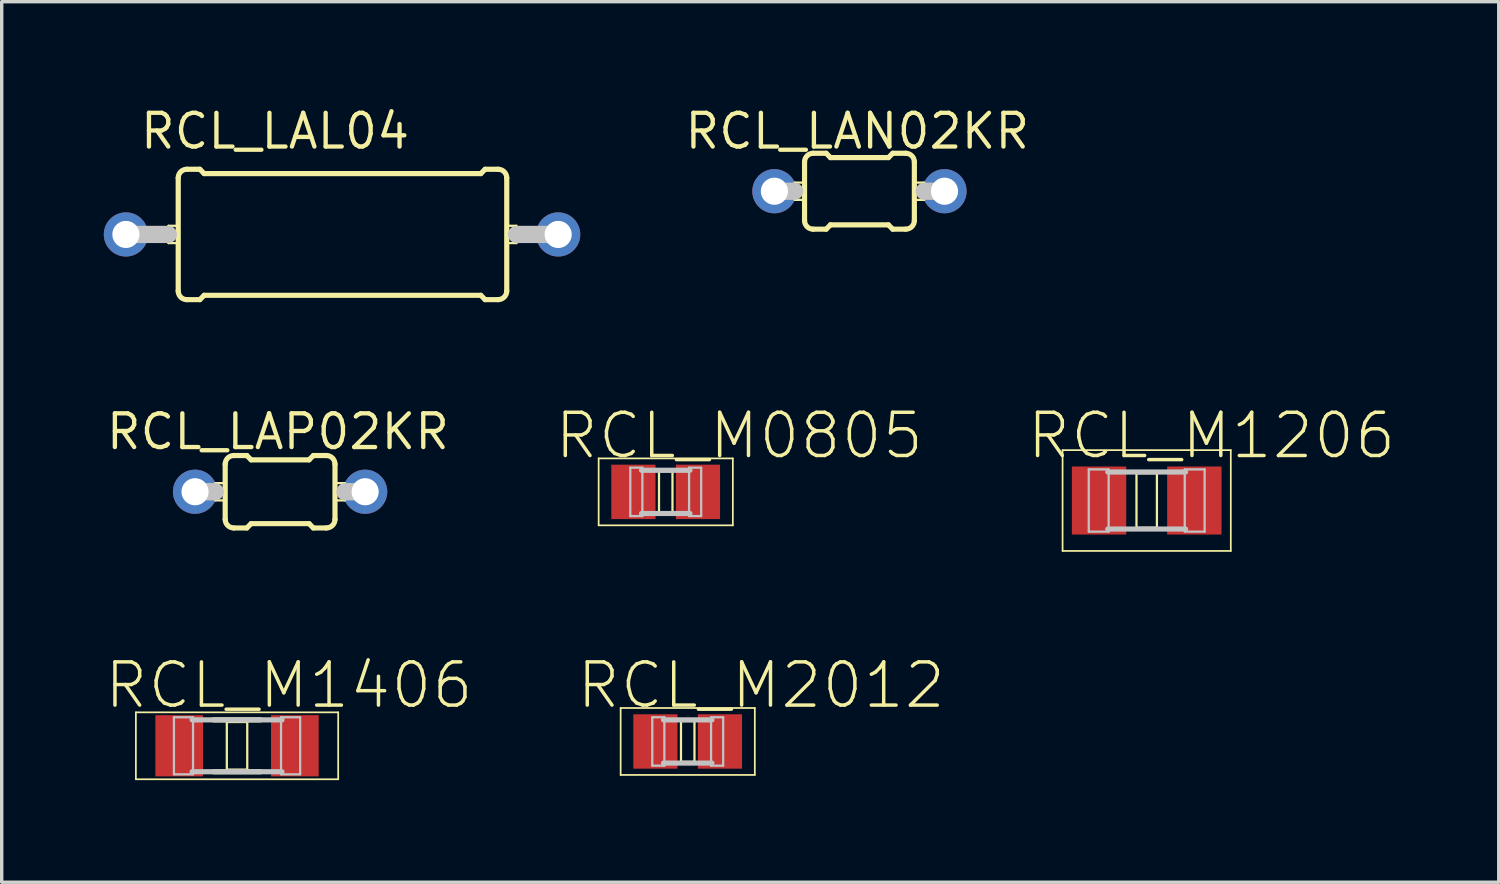
<source format=kicad_pcb>
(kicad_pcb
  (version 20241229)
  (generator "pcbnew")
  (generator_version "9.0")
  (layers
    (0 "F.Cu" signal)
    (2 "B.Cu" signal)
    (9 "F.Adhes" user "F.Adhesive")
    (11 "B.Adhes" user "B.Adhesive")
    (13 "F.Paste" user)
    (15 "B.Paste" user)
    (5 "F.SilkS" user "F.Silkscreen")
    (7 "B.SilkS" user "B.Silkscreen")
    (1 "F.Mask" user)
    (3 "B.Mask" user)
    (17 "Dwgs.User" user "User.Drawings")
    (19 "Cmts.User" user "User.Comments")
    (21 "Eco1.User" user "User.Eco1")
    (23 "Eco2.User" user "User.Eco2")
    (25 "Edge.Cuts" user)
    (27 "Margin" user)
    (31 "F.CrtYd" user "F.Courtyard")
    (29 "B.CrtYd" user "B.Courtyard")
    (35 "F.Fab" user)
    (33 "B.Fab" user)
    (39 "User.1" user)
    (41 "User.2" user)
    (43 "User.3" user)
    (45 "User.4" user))
  (footprint "RCL_M1406"
    (layer "F.Cu")
    (at 3.914 18.861)
    (property "Reference" "RCL_M1406" (at 1.524 -1.778 0) (layer "F.SilkS") (effects (font (size 1.27 1.27) (thickness 0.102))))
    (attr smd)
    (fp_line (start -2.972 -0.983) (end 2.972 -0.983) (stroke (width 0.051) (type solid)) (layer "F.SilkS"))
    (fp_line (start -2.972 0.983) (end -2.972 -0.983) (stroke (width 0.051) (type solid)) (layer "F.SilkS"))
    (fp_line (start -0.3 -0.699) (end 0.3 -0.699) (stroke (width 0.066) (type solid)) (layer "F.SilkS"))
    (fp_line (start -0.3 0.699) (end -0.3 -0.699) (stroke (width 0.066) (type solid)) (layer "F.SilkS"))
    (fp_line (start -0.3 0.699) (end 0.3 0.699) (stroke (width 0.066) (type solid)) (layer "F.SilkS"))
    (fp_line (start 0.3 0.699) (end 0.3 -0.699) (stroke (width 0.066) (type solid)) (layer "F.SilkS"))
    (fp_line (start 0.686 -0.762) (end -0.686 -0.762) (stroke (width 0.152) (type solid)) (layer "F.SilkS"))
    (fp_line (start 0.686 0.762) (end -0.686 0.762) (stroke (width 0.152) (type solid)) (layer "F.SilkS"))
    (fp_line (start 2.972 -0.983) (end 2.972 0.983) (stroke (width 0.051) (type solid)) (layer "F.SilkS"))
    (fp_line (start 2.972 0.983) (end -2.972 0.983) (stroke (width 0.051) (type solid)) (layer "F.SilkS"))
    (fp_line (start -1.854 -0.838) (end -1.293 -0.838) (stroke (width 0.066) (type solid)) (layer "Dwgs.User"))
    (fp_line (start -1.854 0.838) (end -1.854 -0.838) (stroke (width 0.066) (type solid)) (layer "Dwgs.User"))
    (fp_line (start -1.854 0.838) (end -1.293 0.838) (stroke (width 0.066) (type solid)) (layer "Dwgs.User"))
    (fp_line (start -1.293 0.838) (end -1.293 -0.838) (stroke (width 0.066) (type solid)) (layer "Dwgs.User"))
    (fp_line (start 1.293 -0.838) (end 1.854 -0.838) (stroke (width 0.066) (type solid)) (layer "Dwgs.User"))
    (fp_line (start 1.293 0.838) (end 1.293 -0.838) (stroke (width 0.066) (type solid)) (layer "Dwgs.User"))
    (fp_line (start 1.293 0.838) (end 1.854 0.838) (stroke (width 0.066) (type solid)) (layer "Dwgs.User"))
    (fp_line (start 1.321 -0.762) (end -1.321 -0.762) (stroke (width 0.152) (type solid)) (layer "Dwgs.User"))
    (fp_line (start 1.321 0.762) (end -1.321 0.762) (stroke (width 0.152) (type solid)) (layer "Dwgs.User"))
    (fp_line (start 1.854 0.838) (end 1.854 -0.838) (stroke (width 0.066) (type solid)) (layer "Dwgs.User"))
    (pad "1" smd rect (at -1.699 0) (size 1.4 1.798) (layers "F.Cu" "F.Mask" "F.Paste"))
    (pad "2" smd rect (at 1.699 0) (size 1.4 1.798) (layers "F.Cu" "F.Mask" "F.Paste")))
  (footprint "RCL_LAP02KR"
    (layer "F.Cu")
    (at 5.179 11.397)
    (property "Reference" "RCL_LAP02KR" (at -0.064 -1.765 0) (layer "F.SilkS") (effects (font (size 0.991 0.991) (thickness 0.127))))
    (attr exclude_from_pos_files exclude_from_bom)
    (fp_line (start -1.9 -0.254) (end -1.613 -0.254) (stroke (width 0.066) (type solid)) (layer "F.SilkS"))
    (fp_line (start -1.9 0.254) (end -1.9 -0.254) (stroke (width 0.066) (type solid)) (layer "F.SilkS"))
    (fp_line (start -1.9 0.254) (end -1.613 0.254) (stroke (width 0.066) (type solid)) (layer "F.SilkS"))
    (fp_line (start -1.613 0.254) (end -1.613 -0.254) (stroke (width 0.066) (type solid)) (layer "F.SilkS"))
    (fp_line (start -1.613 0.81) (end -1.613 -0.81) (stroke (width 0.152) (type solid)) (layer "F.SilkS"))
    (fp_line (start -1.359 -1.064) (end -0.978 -1.064) (stroke (width 0.152) (type solid)) (layer "F.SilkS"))
    (fp_line (start -1.359 1.064) (end -0.978 1.064) (stroke (width 0.152) (type solid)) (layer "F.SilkS"))
    (fp_line (start -0.851 -0.937) (end -0.978 -1.064) (stroke (width 0.152) (type solid)) (layer "F.SilkS"))
    (fp_line (start -0.851 0.937) (end -0.978 1.064) (stroke (width 0.152) (type solid)) (layer "F.SilkS"))
    (fp_line (start 0.851 -0.937) (end -0.851 -0.937) (stroke (width 0.152) (type solid)) (layer "F.SilkS"))
    (fp_line (start 0.851 -0.937) (end 0.978 -1.064) (stroke (width 0.152) (type solid)) (layer "F.SilkS"))
    (fp_line (start 0.851 0.937) (end -0.851 0.937) (stroke (width 0.152) (type solid)) (layer "F.SilkS"))
    (fp_line (start 0.851 0.937) (end 0.978 1.064) (stroke (width 0.152) (type solid)) (layer "F.SilkS"))
    (fp_line (start 1.359 -1.064) (end 0.978 -1.064) (stroke (width 0.152) (type solid)) (layer "F.SilkS"))
    (fp_line (start 1.359 1.064) (end 0.978 1.064) (stroke (width 0.152) (type solid)) (layer "F.SilkS"))
    (fp_line (start 1.613 -0.254) (end 1.9 -0.254) (stroke (width 0.066) (type solid)) (layer "F.SilkS"))
    (fp_line (start 1.613 0.254) (end 1.613 -0.254) (stroke (width 0.066) (type solid)) (layer "F.SilkS"))
    (fp_line (start 1.613 0.254) (end 1.9 0.254) (stroke (width 0.066) (type solid)) (layer "F.SilkS"))
    (fp_line (start 1.613 0.81) (end 1.613 -0.81) (stroke (width 0.152) (type solid)) (layer "F.SilkS"))
    (fp_line (start 1.9 0.254) (end 1.9 -0.254) (stroke (width 0.066) (type solid)) (layer "F.SilkS"))
    (fp_arc (start -1.6129 -0.81026) (mid -1.538505 -0.989865) (end -1.3589 -1.06426) (stroke (width 0.1524) (type solid)) (layer "F.SilkS"))
    (fp_arc (start -1.3589 1.06426) (mid -1.538505 0.989865) (end -1.6129 0.81026) (stroke (width 0.1524) (type solid)) (layer "F.SilkS"))
    (fp_arc (start 1.3589 -1.06426) (mid 1.538505 -0.989865) (end 1.6129 -0.81026) (stroke (width 0.1524) (type solid)) (layer "F.SilkS"))
    (fp_arc (start 1.6129 0.81026) (mid 1.538505 0.989865) (end 1.3589 1.06426) (stroke (width 0.1524) (type solid)) (layer "F.SilkS"))
    (fp_line (start -2.499 0) (end -1.905 0) (stroke (width 0.508) (type solid)) (layer "Dwgs.User"))
    (fp_line (start 2.499 0) (end 1.905 0) (stroke (width 0.508) (type solid)) (layer "Dwgs.User"))
    (pad "1" thru_hole circle (at -2.499 0) (size 1.298 1.298) (drill 0.798) (layers "*.Cu" "*.Paste" "*.Mask"))
    (pad "2" thru_hole circle (at 2.499 0) (size 1.298 1.298) (drill 0.798) (layers "*.Cu" "*.Paste" "*.Mask")))
  (footprint "RCL_LAN02KR"
    (layer "F.Cu")
    (at 22.2 2.568)
    (property "Reference" "RCL_LAN02KR" (at -0.064 -1.765 0) (layer "F.SilkS") (effects (font (size 0.991 0.991) (thickness 0.127))))
    (attr exclude_from_pos_files exclude_from_bom)
    (fp_line (start -1.9 -0.254) (end -1.613 -0.254) (stroke (width 0.066) (type solid)) (layer "F.SilkS"))
    (fp_line (start -1.9 0.254) (end -1.9 -0.254) (stroke (width 0.066) (type solid)) (layer "F.SilkS"))
    (fp_line (start -1.9 0.254) (end -1.613 0.254) (stroke (width 0.066) (type solid)) (layer "F.SilkS"))
    (fp_line (start -1.613 0.254) (end -1.613 -0.254) (stroke (width 0.066) (type solid)) (layer "F.SilkS"))
    (fp_line (start -1.613 0.861) (end -1.613 -0.861) (stroke (width 0.152) (type solid)) (layer "F.SilkS"))
    (fp_line (start -1.359 -1.115) (end -0.978 -1.115) (stroke (width 0.152) (type solid)) (layer "F.SilkS"))
    (fp_line (start -1.359 1.115) (end -0.978 1.115) (stroke (width 0.152) (type solid)) (layer "F.SilkS"))
    (fp_line (start -0.851 -0.988) (end -0.978 -1.115) (stroke (width 0.152) (type solid)) (layer "F.SilkS"))
    (fp_line (start -0.851 0.988) (end -0.978 1.115) (stroke (width 0.152) (type solid)) (layer "F.SilkS"))
    (fp_line (start 0.851 -0.988) (end -0.851 -0.988) (stroke (width 0.152) (type solid)) (layer "F.SilkS"))
    (fp_line (start 0.851 -0.988) (end 0.978 -1.115) (stroke (width 0.152) (type solid)) (layer "F.SilkS"))
    (fp_line (start 0.851 0.988) (end -0.851 0.988) (stroke (width 0.152) (type solid)) (layer "F.SilkS"))
    (fp_line (start 0.851 0.988) (end 0.978 1.115) (stroke (width 0.152) (type solid)) (layer "F.SilkS"))
    (fp_line (start 1.359 -1.115) (end 0.978 -1.115) (stroke (width 0.152) (type solid)) (layer "F.SilkS"))
    (fp_line (start 1.359 1.115) (end 0.978 1.115) (stroke (width 0.152) (type solid)) (layer "F.SilkS"))
    (fp_line (start 1.613 -0.254) (end 1.9 -0.254) (stroke (width 0.066) (type solid)) (layer "F.SilkS"))
    (fp_line (start 1.613 0.254) (end 1.613 -0.254) (stroke (width 0.066) (type solid)) (layer "F.SilkS"))
    (fp_line (start 1.613 0.254) (end 1.9 0.254) (stroke (width 0.066) (type solid)) (layer "F.SilkS"))
    (fp_line (start 1.613 0.861) (end 1.613 -0.861) (stroke (width 0.152) (type solid)) (layer "F.SilkS"))
    (fp_line (start 1.9 0.254) (end 1.9 -0.254) (stroke (width 0.066) (type solid)) (layer "F.SilkS"))
    (fp_arc (start -1.6129 -0.86106) (mid -1.538505 -1.040665) (end -1.3589 -1.11506) (stroke (width 0.1524) (type solid)) (layer "F.SilkS"))
    (fp_arc (start -1.3589 1.11506) (mid -1.538505 1.040665) (end -1.6129 0.86106) (stroke (width 0.1524) (type solid)) (layer "F.SilkS"))
    (fp_arc (start 1.3589 -1.11506) (mid 1.538505 -1.040665) (end 1.6129 -0.86106) (stroke (width 0.1524) (type solid)) (layer "F.SilkS"))
    (fp_arc (start 1.6129 0.86106) (mid 1.538505 1.040665) (end 1.3589 1.11506) (stroke (width 0.1524) (type solid)) (layer "F.SilkS"))
    (fp_line (start -2.499 0) (end -1.905 0) (stroke (width 0.508) (type solid)) (layer "Dwgs.User"))
    (fp_line (start 2.499 0) (end 1.905 0) (stroke (width 0.508) (type solid)) (layer "Dwgs.User"))
    (pad "1" thru_hole circle (at -2.499 0) (size 1.298 1.298) (drill 0.798) (layers "*.Cu" "*.Paste" "*.Mask"))
    (pad "2" thru_hole circle (at 2.499 0) (size 1.298 1.298) (drill 0.798) (layers "*.Cu" "*.Paste" "*.Mask")))
  (footprint "RCL_LAL04"
    (layer "F.Cu")
    (at 6.999 3.838)
    (property "Reference" "RCL_LAL04" (at -1.968 -3.035 0) (layer "F.SilkS") (effects (font (size 0.991 0.991) (thickness 0.127))))
    (attr exclude_from_pos_files exclude_from_bom)
    (fp_line (start -5.098 -0.254) (end -4.813 -0.254) (stroke (width 0.066) (type solid)) (layer "F.SilkS"))
    (fp_line (start -5.098 0.254) (end -5.098 -0.254) (stroke (width 0.066) (type solid)) (layer "F.SilkS"))
    (fp_line (start -5.098 0.254) (end -4.813 0.254) (stroke (width 0.066) (type solid)) (layer "F.SilkS"))
    (fp_line (start -4.813 0.254) (end -4.813 -0.254) (stroke (width 0.066) (type solid)) (layer "F.SilkS"))
    (fp_line (start -4.813 1.661) (end -4.813 -1.661) (stroke (width 0.152) (type solid)) (layer "F.SilkS"))
    (fp_line (start -4.559 -1.915) (end -4.178 -1.915) (stroke (width 0.152) (type solid)) (layer "F.SilkS"))
    (fp_line (start -4.559 1.915) (end -4.178 1.915) (stroke (width 0.152) (type solid)) (layer "F.SilkS"))
    (fp_line (start -4.051 -1.788) (end -4.178 -1.915) (stroke (width 0.152) (type solid)) (layer "F.SilkS"))
    (fp_line (start -4.051 1.788) (end -4.178 1.915) (stroke (width 0.152) (type solid)) (layer "F.SilkS"))
    (fp_line (start 4.077 -1.788) (end -4.051 -1.788) (stroke (width 0.152) (type solid)) (layer "F.SilkS"))
    (fp_line (start 4.077 -1.788) (end 4.204 -1.915) (stroke (width 0.152) (type solid)) (layer "F.SilkS"))
    (fp_line (start 4.077 1.788) (end -4.051 1.788) (stroke (width 0.152) (type solid)) (layer "F.SilkS"))
    (fp_line (start 4.077 1.788) (end 4.204 1.915) (stroke (width 0.152) (type solid)) (layer "F.SilkS"))
    (fp_line (start 4.585 -1.915) (end 4.204 -1.915) (stroke (width 0.152) (type solid)) (layer "F.SilkS"))
    (fp_line (start 4.585 1.915) (end 4.204 1.915) (stroke (width 0.152) (type solid)) (layer "F.SilkS"))
    (fp_line (start 4.839 -0.254) (end 5.123 -0.254) (stroke (width 0.066) (type solid)) (layer "F.SilkS"))
    (fp_line (start 4.839 0.254) (end 4.839 -0.254) (stroke (width 0.066) (type solid)) (layer "F.SilkS"))
    (fp_line (start 4.839 0.254) (end 5.123 0.254) (stroke (width 0.066) (type solid)) (layer "F.SilkS"))
    (fp_line (start 4.839 1.661) (end 4.839 -1.661) (stroke (width 0.152) (type solid)) (layer "F.SilkS"))
    (fp_line (start 5.123 0.254) (end 5.123 -0.254) (stroke (width 0.066) (type solid)) (layer "F.SilkS"))
    (fp_arc (start -4.8133 -1.66116) (mid -4.738905 -1.840765) (end -4.5593 -1.91516) (stroke (width 0.1524) (type solid)) (layer "F.SilkS"))
    (fp_arc (start -4.5593 1.91516) (mid -4.738905 1.840765) (end -4.8133 1.66116) (stroke (width 0.1524) (type solid)) (layer "F.SilkS"))
    (fp_arc (start 4.5847 -1.91516) (mid 4.764305 -1.840765) (end 4.8387 -1.66116) (stroke (width 0.1524) (type solid)) (layer "F.SilkS"))
    (fp_arc (start 4.8387 1.66116) (mid 4.764305 1.840765) (end 4.5847 1.91516) (stroke (width 0.1524) (type solid)) (layer "F.SilkS"))
    (fp_line (start -6.35 0) (end -5.103 0) (stroke (width 0.508) (type solid)) (layer "Dwgs.User"))
    (fp_line (start 6.35 0) (end 5.128 0) (stroke (width 0.508) (type solid)) (layer "Dwgs.User"))
    (pad "1" thru_hole circle (at -6.35 0) (size 1.298 1.298) (drill 0.798) (layers "*.Cu" "*.Paste" "*.Mask"))
    (pad "2" thru_hole circle (at 6.35 0) (size 1.298 1.298) (drill 0.798) (layers "*.Cu" "*.Paste" "*.Mask")))
  (footprint "RCL_M1206"
    (layer "F.Cu")
    (at 30.639 11.655)
    (property "Reference" "RCL_M1206" (at 1.905 -1.905 0) (layer "F.SilkS") (effects (font (size 1.27 1.27) (thickness 0.102))))
    (attr smd)
    (fp_line (start -2.471 -1.481) (end 2.471 -1.481) (stroke (width 0.051) (type solid)) (layer "F.SilkS"))
    (fp_line (start -2.471 1.481) (end -2.471 -1.481) (stroke (width 0.051) (type solid)) (layer "F.SilkS"))
    (fp_line (start -0.3 -0.8) (end 0.3 -0.8) (stroke (width 0.066) (type solid)) (layer "F.SilkS"))
    (fp_line (start -0.3 0.8) (end -0.3 -0.8) (stroke (width 0.066) (type solid)) (layer "F.SilkS"))
    (fp_line (start -0.3 0.8) (end 0.3 0.8) (stroke (width 0.066) (type solid)) (layer "F.SilkS"))
    (fp_line (start 0.3 0.8) (end 0.3 -0.8) (stroke (width 0.066) (type solid)) (layer "F.SilkS"))
    (fp_line (start 2.471 -1.481) (end 2.471 1.481) (stroke (width 0.051) (type solid)) (layer "F.SilkS"))
    (fp_line (start 2.471 1.481) (end -2.471 1.481) (stroke (width 0.051) (type solid)) (layer "F.SilkS"))
    (fp_line (start -1.702 -0.914) (end -1.118 -0.914) (stroke (width 0.066) (type solid)) (layer "Dwgs.User"))
    (fp_line (start -1.702 0.914) (end -1.702 -0.914) (stroke (width 0.066) (type solid)) (layer "Dwgs.User"))
    (fp_line (start -1.702 0.914) (end -1.118 0.914) (stroke (width 0.066) (type solid)) (layer "Dwgs.User"))
    (fp_line (start -1.118 0.914) (end -1.118 -0.914) (stroke (width 0.066) (type solid)) (layer "Dwgs.User"))
    (fp_line (start 1.118 -0.914) (end 1.702 -0.914) (stroke (width 0.066) (type solid)) (layer "Dwgs.User"))
    (fp_line (start 1.118 0.914) (end 1.118 -0.914) (stroke (width 0.066) (type solid)) (layer "Dwgs.User"))
    (fp_line (start 1.118 0.914) (end 1.702 0.914) (stroke (width 0.066) (type solid)) (layer "Dwgs.User"))
    (fp_line (start 1.143 -0.838) (end -1.143 -0.838) (stroke (width 0.152) (type solid)) (layer "Dwgs.User"))
    (fp_line (start 1.143 0.838) (end -1.143 0.838) (stroke (width 0.152) (type solid)) (layer "Dwgs.User"))
    (fp_line (start 1.702 0.914) (end 1.702 -0.914) (stroke (width 0.066) (type solid)) (layer "Dwgs.User"))
    (pad "1" smd rect (at -1.4 0) (size 1.598 1.999) (layers "F.Cu" "F.Mask" "F.Paste"))
    (pad "2" smd rect (at 1.4 0) (size 1.598 1.999) (layers "F.Cu" "F.Mask" "F.Paste")))
  (footprint "RCL_M0805"
    (layer "F.Cu")
    (at 16.509 11.401)
    (property "Reference" "RCL_M0805" (at 2.159 -1.651 0) (layer "F.SilkS") (effects (font (size 1.27 1.27) (thickness 0.102))))
    (attr smd)
    (fp_line (start -1.971 -0.983) (end 1.971 -0.983) (stroke (width 0.051) (type solid)) (layer "F.SilkS"))
    (fp_line (start -1.971 0.983) (end -1.971 -0.983) (stroke (width 0.051) (type solid)) (layer "F.SilkS"))
    (fp_line (start -0.198 -0.599) (end 0.198 -0.599) (stroke (width 0.066) (type solid)) (layer "F.SilkS"))
    (fp_line (start -0.198 0.599) (end -0.198 -0.599) (stroke (width 0.066) (type solid)) (layer "F.SilkS"))
    (fp_line (start -0.198 0.599) (end 0.198 0.599) (stroke (width 0.066) (type solid)) (layer "F.SilkS"))
    (fp_line (start 0.198 0.599) (end 0.198 -0.599) (stroke (width 0.066) (type solid)) (layer "F.SilkS"))
    (fp_line (start 1.971 -0.983) (end 1.971 0.983) (stroke (width 0.051) (type solid)) (layer "F.SilkS"))
    (fp_line (start 1.971 0.983) (end -1.971 0.983) (stroke (width 0.051) (type solid)) (layer "F.SilkS"))
    (fp_line (start -1.041 -0.711) (end -0.686 -0.711) (stroke (width 0.066) (type solid)) (layer "Dwgs.User"))
    (fp_line (start -1.041 0.711) (end -1.041 -0.711) (stroke (width 0.066) (type solid)) (layer "Dwgs.User"))
    (fp_line (start -1.041 0.711) (end -0.686 0.711) (stroke (width 0.066) (type solid)) (layer "Dwgs.User"))
    (fp_line (start -0.686 0.711) (end -0.686 -0.711) (stroke (width 0.066) (type solid)) (layer "Dwgs.User"))
    (fp_line (start 0.686 -0.711) (end 1.041 -0.711) (stroke (width 0.066) (type solid)) (layer "Dwgs.User"))
    (fp_line (start 0.686 0.711) (end 0.686 -0.711) (stroke (width 0.066) (type solid)) (layer "Dwgs.User"))
    (fp_line (start 0.686 0.711) (end 1.041 0.711) (stroke (width 0.066) (type solid)) (layer "Dwgs.User"))
    (fp_line (start 0.711 -0.635) (end -0.711 -0.635) (stroke (width 0.152) (type solid)) (layer "Dwgs.User"))
    (fp_line (start 0.711 0.635) (end -0.711 0.635) (stroke (width 0.152) (type solid)) (layer "Dwgs.User"))
    (fp_line (start 1.041 0.711) (end 1.041 -0.711) (stroke (width 0.066) (type solid)) (layer "Dwgs.User"))
    (pad "1" smd rect (at -0.95 0) (size 1.298 1.598) (layers "F.Cu" "F.Mask" "F.Paste"))
    (pad "2" smd rect (at 0.947 0) (size 1.298 1.598) (layers "F.Cu" "F.Mask" "F.Paste")))
  (footprint "RCL_M2012"
    (layer "F.Cu")
    (at 17.155 18.734)
    (property "Reference" "RCL_M2012" (at 2.159 -1.651 0) (layer "F.SilkS") (effects (font (size 1.27 1.27) (thickness 0.102))))
    (attr smd)
    (fp_line (start -1.971 -0.983) (end 1.971 -0.983) (stroke (width 0.051) (type solid)) (layer "F.SilkS"))
    (fp_line (start -1.971 0.983) (end -1.971 -0.983) (stroke (width 0.051) (type solid)) (layer "F.SilkS"))
    (fp_line (start -0.198 -0.599) (end 0.198 -0.599) (stroke (width 0.066) (type solid)) (layer "F.SilkS"))
    (fp_line (start -0.198 0.599) (end -0.198 -0.599) (stroke (width 0.066) (type solid)) (layer "F.SilkS"))
    (fp_line (start -0.198 0.599) (end 0.198 0.599) (stroke (width 0.066) (type solid)) (layer "F.SilkS"))
    (fp_line (start 0.198 0.599) (end 0.198 -0.599) (stroke (width 0.066) (type solid)) (layer "F.SilkS"))
    (fp_line (start 1.971 -0.983) (end 1.971 0.983) (stroke (width 0.051) (type solid)) (layer "F.SilkS"))
    (fp_line (start 1.971 0.983) (end -1.971 0.983) (stroke (width 0.051) (type solid)) (layer "F.SilkS"))
    (fp_line (start -1.041 -0.711) (end -0.686 -0.711) (stroke (width 0.066) (type solid)) (layer "Dwgs.User"))
    (fp_line (start -1.041 0.711) (end -1.041 -0.711) (stroke (width 0.066) (type solid)) (layer "Dwgs.User"))
    (fp_line (start -1.041 0.711) (end -0.686 0.711) (stroke (width 0.066) (type solid)) (layer "Dwgs.User"))
    (fp_line (start -0.686 0.711) (end -0.686 -0.711) (stroke (width 0.066) (type solid)) (layer "Dwgs.User"))
    (fp_line (start 0.686 -0.711) (end 1.041 -0.711) (stroke (width 0.066) (type solid)) (layer "Dwgs.User"))
    (fp_line (start 0.686 0.711) (end 0.686 -0.711) (stroke (width 0.066) (type solid)) (layer "Dwgs.User"))
    (fp_line (start 0.686 0.711) (end 1.041 0.711) (stroke (width 0.066) (type solid)) (layer "Dwgs.User"))
    (fp_line (start 0.711 -0.635) (end -0.711 -0.635) (stroke (width 0.152) (type solid)) (layer "Dwgs.User"))
    (fp_line (start 0.711 0.635) (end -0.711 0.635) (stroke (width 0.152) (type solid)) (layer "Dwgs.User"))
    (fp_line (start 1.041 0.711) (end 1.041 -0.711) (stroke (width 0.066) (type solid)) (layer "Dwgs.User"))
    (pad "1" smd rect (at -0.95 0) (size 1.298 1.598) (layers "F.Cu" "F.Mask" "F.Paste"))
    (pad "2" smd rect (at 0.947 0) (size 1.298 1.598) (layers "F.Cu" "F.Mask" "F.Paste")))
  (gr_rect
    (start -3 -3)
    (end 40.982 22.869)
    (stroke (width 0.1) (type default))
    (fill no)
    (layer "Edge.Cuts")))
</source>
